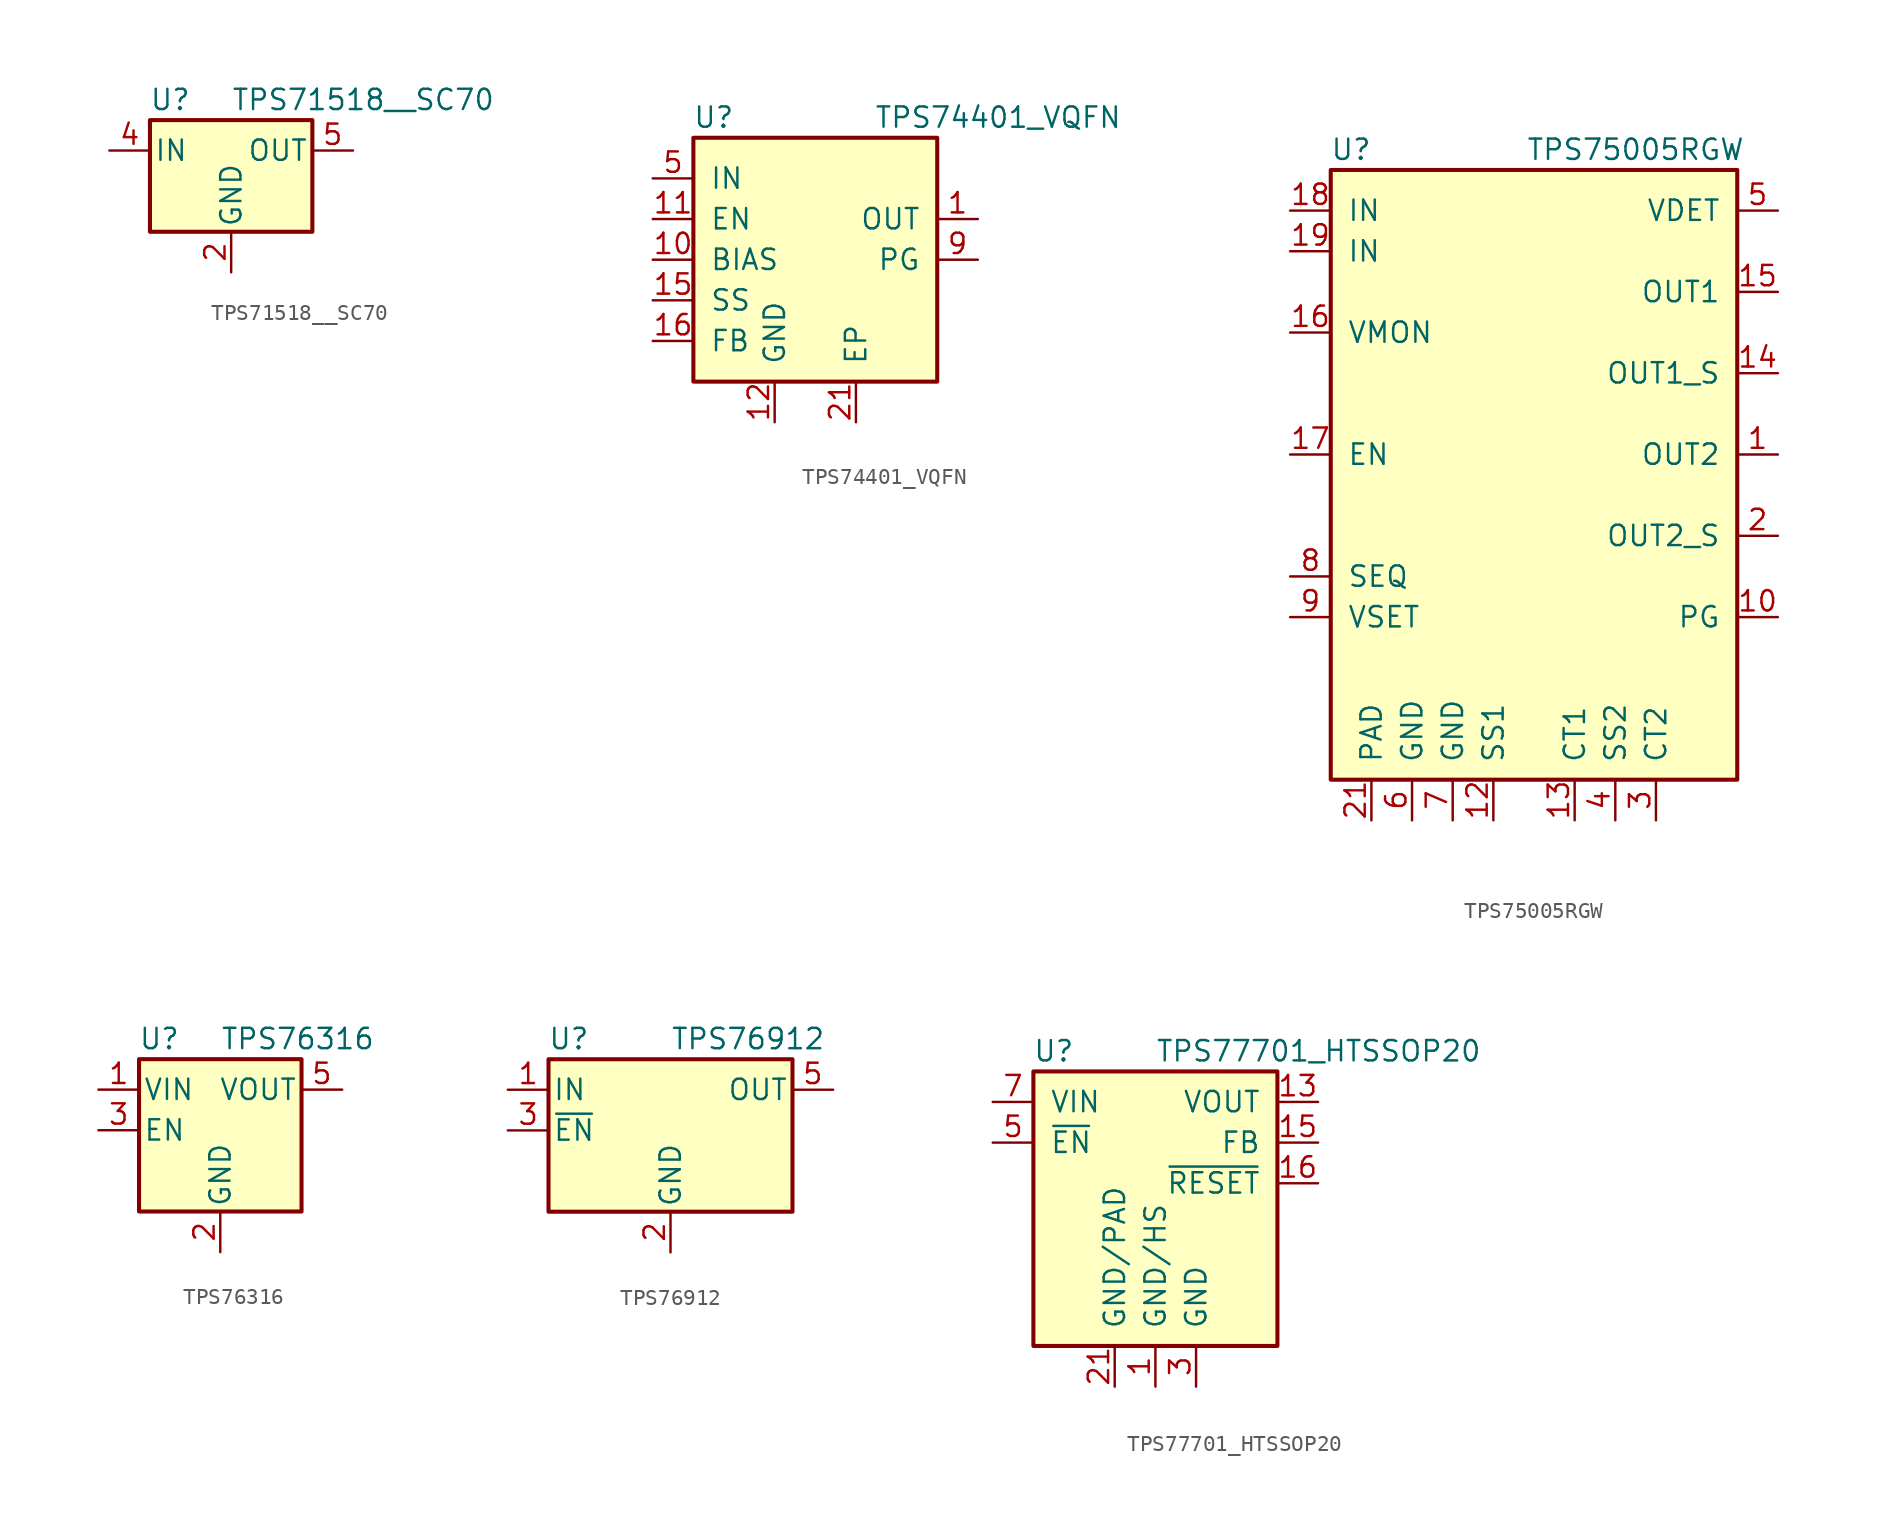
<source format=kicad_sym>
(kicad_symbol_lib
  (version 20220914)
  (generator kicad_symbol_editor)
  (symbol "TPS71518__SC70"
    (pin_names
      (offset 0.254))
    (property "Reference" "U"
      (at -3.81 3.175 0)
      (effects (font (size 1.27 1.27))))
    (property "Value" "TPS71518__SC70"
      (at 0 3.175 0)
      (effects (font (size 1.27 1.27)) (justify left)))
    (symbol "TPS71518__SC70_0_1"
      (rectangle (start -5.08 1.905) (end 5.08 -5.08) (stroke (width 0.254) (type default)) (fill (type background))))
    (symbol "TPS71518__SC70_1_1"
      (pin no_connect line (at 7.62 -2.54 180) (length 2.54) hide (name "NC" (effects (font (size 1.27 1.27)))) (number "1" (effects (font (size 1.27 1.27)))))
      (pin power_in line (at 0 -7.62 90) (length 2.54) (name "GND" (effects (font (size 1.27 1.27)))) (number "2" (effects (font (size 1.27 1.27)))))
      (pin no_connect line (at -7.62 -2.54 0) (length 2.54) hide (name "NC" (effects (font (size 1.27 1.27)))) (number "3" (effects (font (size 1.27 1.27)))))
      (pin power_in line (at -7.62 0 0) (length 2.54) (name "IN" (effects (font (size 1.27 1.27)))) (number "4" (effects (font (size 1.27 1.27)))))
      (pin power_out line (at 7.62 0 180) (length 2.54) (name "OUT" (effects (font (size 1.27 1.27)))) (number "5" (effects (font (size 1.27 1.27)))))))
  (symbol "TPS74401_VQFN"
    (pin_names
      (offset 1.016))
    (property "Reference" "U"
      (at -6.35 8.89 0)
      (effects (font (size 1.27 1.27))))
    (property "Value" "TPS74401_VQFN"
      (at 11.43 8.89 0)
      (effects (font (size 1.27 1.27))))
    (symbol "TPS74401_VQFN_0_1"
      (rectangle (start -7.62 7.62) (end 7.62 -7.62) (stroke (width 0.254) (type default)) (fill (type background))))
    (symbol "TPS74401_VQFN_1_1"
      (pin power_out line (at 10.16 2.54 180) (length 2.54) (name "OUT" (effects (font (size 1.27 1.27)))) (number "1" (effects (font (size 1.27 1.27)))))
      (pin input line (at -10.16 0 0) (length 2.54) (name "BIAS" (effects (font (size 1.27 1.27)))) (number "10" (effects (font (size 1.27 1.27)))))
      (pin input line (at -10.16 2.54 0) (length 2.54) (name "EN" (effects (font (size 1.27 1.27)))) (number "11" (effects (font (size 1.27 1.27)))))
      (pin power_in line (at -2.54 -10.16 90) (length 2.54) (name "GND" (effects (font (size 1.27 1.27)))) (number "12" (effects (font (size 1.27 1.27)))))
      (pin no_connect line (at 0 -10.16 90) (length 2.54) hide (name "NC" (effects (font (size 1.27 1.27)))) (number "13" (effects (font (size 1.27 1.27)))))
      (pin no_connect line (at 10.16 -5.08 180) (length 2.54) hide (name "NC" (effects (font (size 1.27 1.27)))) (number "14" (effects (font (size 1.27 1.27)))))
      (pin input line (at -10.16 -2.54 0) (length 2.54) (name "SS" (effects (font (size 1.27 1.27)))) (number "15" (effects (font (size 1.27 1.27)))))
      (pin input line (at -10.16 -5.08 0) (length 2.54) (name "FB" (effects (font (size 1.27 1.27)))) (number "16" (effects (font (size 1.27 1.27)))))
      (pin no_connect line (at 10.16 -2.54 180) (length 2.54) hide (name "NC" (effects (font (size 1.27 1.27)))) (number "17" (effects (font (size 1.27 1.27)))))
      (pin passive line (at 10.16 2.54 180) (length 2.54) hide (name "OUT" (effects (font (size 1.27 1.27)))) (number "18" (effects (font (size 1.27 1.27)))))
      (pin passive line (at 10.16 2.54 180) (length 2.54) hide (name "OUT" (effects (font (size 1.27 1.27)))) (number "19" (effects (font (size 1.27 1.27)))))
      (pin no_connect line (at -2.54 10.16 270) (length 2.54) hide (name "NC" (effects (font (size 1.27 1.27)))) (number "2" (effects (font (size 1.27 1.27)))))
      (pin passive line (at 10.16 2.54 180) (length 2.54) hide (name "OUT" (effects (font (size 1.27 1.27)))) (number "20" (effects (font (size 1.27 1.27)))))
      (pin power_in line (at 2.54 -10.16 90) (length 2.54) (name "EP" (effects (font (size 1.27 1.27)))) (number "21" (effects (font (size 1.27 1.27)))))
      (pin no_connect line (at 0 10.16 270) (length 2.54) hide (name "NC" (effects (font (size 1.27 1.27)))) (number "3" (effects (font (size 1.27 1.27)))))
      (pin no_connect line (at 2.54 10.16 270) (length 2.54) hide (name "NC" (effects (font (size 1.27 1.27)))) (number "4" (effects (font (size 1.27 1.27)))))
      (pin power_in line (at -10.16 5.08 0) (length 2.54) (name "IN" (effects (font (size 1.27 1.27)))) (number "5" (effects (font (size 1.27 1.27)))))
      (pin passive line (at -10.16 5.08 0) (length 2.54) hide (name "IN" (effects (font (size 1.27 1.27)))) (number "6" (effects (font (size 1.27 1.27)))))
      (pin passive line (at -10.16 5.08 0) (length 2.54) hide (name "IN" (effects (font (size 1.27 1.27)))) (number "7" (effects (font (size 1.27 1.27)))))
      (pin passive line (at -10.16 5.08 0) (length 2.54) hide (name "IN" (effects (font (size 1.27 1.27)))) (number "8" (effects (font (size 1.27 1.27)))))
      (pin output line (at 10.16 0 180) (length 2.54) (name "PG" (effects (font (size 1.27 1.27)))) (number "9" (effects (font (size 1.27 1.27)))))))
  (symbol "TPS75005RGW"
    (pin_names
      (offset 1.016))
    (property "Reference" "U"
      (at -11.43 19.05 0)
      (effects (font (size 1.27 1.27))))
    (property "Value" "TPS75005RGW"
      (at 6.35 19.05 0)
      (effects (font (size 1.27 1.27))))
    (symbol "TPS75005RGW_0_1"
      (rectangle (start -12.7 17.78) (end 12.7 -20.32) (stroke (width 0.254) (type default)) (fill (type background))))
    (symbol "TPS75005RGW_1_1"
      (pin power_out line (at 15.24 0 180) (length 2.54) (name "OUT2" (effects (font (size 1.27 1.27)))) (number "1" (effects (font (size 1.27 1.27)))))
      (pin output line (at 15.24 -10.16 180) (length 2.54) (name "PG" (effects (font (size 1.27 1.27)))) (number "10" (effects (font (size 1.27 1.27)))))
      (pin no_connect line (at -15.24 -5.08 0) (length 2.54) hide (name "TEST" (effects (font (size 1.27 1.27)))) (number "11" (effects (font (size 1.27 1.27)))))
      (pin input line (at -2.54 -22.86 90) (length 2.54) (name "SS1" (effects (font (size 1.27 1.27)))) (number "12" (effects (font (size 1.27 1.27)))))
      (pin passive line (at 2.54 -22.86 90) (length 2.54) (name "CT1" (effects (font (size 1.27 1.27)))) (number "13" (effects (font (size 1.27 1.27)))))
      (pin input line (at 15.24 5.08 180) (length 2.54) (name "OUT1_S" (effects (font (size 1.27 1.27)))) (number "14" (effects (font (size 1.27 1.27)))))
      (pin power_out line (at 15.24 10.16 180) (length 2.54) (name "OUT1" (effects (font (size 1.27 1.27)))) (number "15" (effects (font (size 1.27 1.27)))))
      (pin input line (at -15.24 7.62 0) (length 2.54) (name "VMON" (effects (font (size 1.27 1.27)))) (number "16" (effects (font (size 1.27 1.27)))))
      (pin input line (at -15.24 0 0) (length 2.54) (name "EN" (effects (font (size 1.27 1.27)))) (number "17" (effects (font (size 1.27 1.27)))))
      (pin power_in line (at -15.24 15.24 0) (length 2.54) (name "IN" (effects (font (size 1.27 1.27)))) (number "18" (effects (font (size 1.27 1.27)))))
      (pin power_in line (at -15.24 12.7 0) (length 2.54) (name "IN" (effects (font (size 1.27 1.27)))) (number "19" (effects (font (size 1.27 1.27)))))
      (pin input line (at 15.24 -5.08 180) (length 2.54) (name "OUT2_S" (effects (font (size 1.27 1.27)))) (number "2" (effects (font (size 1.27 1.27)))))
      (pin no_connect line (at -15.24 -2.54 0) (length 2.54) hide (name "NC" (effects (font (size 1.27 1.27)))) (number "20" (effects (font (size 1.27 1.27)))))
      (pin power_in line (at -10.16 -22.86 90) (length 2.54) (name "PAD" (effects (font (size 1.27 1.27)))) (number "21" (effects (font (size 1.27 1.27)))))
      (pin passive line (at 7.62 -22.86 90) (length 2.54) (name "CT2" (effects (font (size 1.27 1.27)))) (number "3" (effects (font (size 1.27 1.27)))))
      (pin input line (at 5.08 -22.86 90) (length 2.54) (name "SS2" (effects (font (size 1.27 1.27)))) (number "4" (effects (font (size 1.27 1.27)))))
      (pin output line (at 15.24 15.24 180) (length 2.54) (name "VDET" (effects (font (size 1.27 1.27)))) (number "5" (effects (font (size 1.27 1.27)))))
      (pin power_in line (at -7.62 -22.86 90) (length 2.54) (name "GND" (effects (font (size 1.27 1.27)))) (number "6" (effects (font (size 1.27 1.27)))))
      (pin power_in line (at -5.08 -22.86 90) (length 2.54) (name "GND" (effects (font (size 1.27 1.27)))) (number "7" (effects (font (size 1.27 1.27)))))
      (pin input line (at -15.24 -7.62 0) (length 2.54) (name "SEQ" (effects (font (size 1.27 1.27)))) (number "8" (effects (font (size 1.27 1.27)))))
      (pin input line (at -15.24 -10.16 0) (length 2.54) (name "VSET" (effects (font (size 1.27 1.27)))) (number "9" (effects (font (size 1.27 1.27)))))))
  (symbol "TPS76316"
    (pin_names
      (offset 0.254))
    (property "Reference" "U"
      (at -3.81 5.715 0)
      (effects (font (size 1.27 1.27))))
    (property "Value" "TPS76316"
      (at 0 5.715 0)
      (effects (font (size 1.27 1.27)) (justify left)))
    (symbol "TPS76316_0_1"
      (rectangle (start -5.08 4.445) (end 5.08 -5.08) (stroke (width 0.254) (type default)) (fill (type background))))
    (symbol "TPS76316_1_1"
      (pin power_in line (at -7.62 2.54 0) (length 2.54) (name "VIN" (effects (font (size 1.27 1.27)))) (number "1" (effects (font (size 1.27 1.27)))))
      (pin power_in line (at 0 -7.62 90) (length 2.54) (name "GND" (effects (font (size 1.27 1.27)))) (number "2" (effects (font (size 1.27 1.27)))))
      (pin input line (at -7.62 0 0) (length 2.54) (name "EN" (effects (font (size 1.27 1.27)))) (number "3" (effects (font (size 1.27 1.27)))))
      (pin no_connect line (at 7.62 0 180) (length 2.54) hide (name "NC" (effects (font (size 1.27 1.27)))) (number "4" (effects (font (size 1.27 1.27)))))
      (pin power_out line (at 7.62 2.54 180) (length 2.54) (name "VOUT" (effects (font (size 1.27 1.27)))) (number "5" (effects (font (size 1.27 1.27)))))))
  (symbol "TPS76912"
    (pin_names
      (offset 0.254))
    (property "Reference" "U"
      (at -6.35 5.715 0)
      (effects (font (size 1.27 1.27))))
    (property "Value" "TPS76912"
      (at 0 5.715 0)
      (effects (font (size 1.27 1.27)) (justify left)))
    (symbol "TPS76912_0_1"
      (rectangle (start -7.62 4.445) (end 7.62 -5.08) (stroke (width 0.254) (type default)) (fill (type background))))
    (symbol "TPS76912_1_1"
      (pin power_in line (at -10.16 2.54 0) (length 2.54) (name "IN" (effects (font (size 1.27 1.27)))) (number "1" (effects (font (size 1.27 1.27)))))
      (pin power_in line (at 0 -7.62 90) (length 2.54) (name "GND" (effects (font (size 1.27 1.27)))) (number "2" (effects (font (size 1.27 1.27)))))
      (pin input line (at -10.16 0 0) (length 2.54) (name "~{EN}" (effects (font (size 1.27 1.27)))) (number "3" (effects (font (size 1.27 1.27)))))
      (pin no_connect line (at 10.16 0 180) (length 2.54) hide (name "NC" (effects (font (size 1.27 1.27)))) (number "4" (effects (font (size 1.27 1.27)))))
      (pin power_out line (at 10.16 2.54 180) (length 2.54) (name "OUT" (effects (font (size 1.27 1.27)))) (number "5" (effects (font (size 1.27 1.27)))))))
  (symbol "TPS77701_HTSSOP20"
    (pin_names
      (offset 1.016))
    (property "Reference" "U"
      (at -6.35 5.715 0)
      (effects (font (size 1.27 1.27))))
    (property "Value" "TPS77701_HTSSOP20"
      (at 0 5.715 0)
      (effects (font (size 1.27 1.27)) (justify left)))
    (symbol "TPS77701_HTSSOP20_0_1"
      (rectangle (start -7.62 4.445) (end 7.62 -12.7) (stroke (width 0.254) (type default)) (fill (type background))))
    (symbol "TPS77701_HTSSOP20_1_1"
      (pin power_in line (at 0 -15.24 90) (length 2.54) (name "GND/HS" (effects (font (size 1.27 1.27)))) (number "1" (effects (font (size 1.27 1.27)))))
      (pin passive line (at 0 -15.24 90) (length 2.54) hide (name "GND/HS" (effects (font (size 1.27 1.27)))) (number "10" (effects (font (size 1.27 1.27)))))
      (pin passive line (at 0 -15.24 90) (length 2.54) hide (name "GND/HS" (effects (font (size 1.27 1.27)))) (number "11" (effects (font (size 1.27 1.27)))))
      (pin passive line (at 0 -15.24 90) (length 2.54) hide (name "GND/HS" (effects (font (size 1.27 1.27)))) (number "12" (effects (font (size 1.27 1.27)))))
      (pin power_out line (at 10.16 2.54 180) (length 2.54) (name "VOUT" (effects (font (size 1.27 1.27)))) (number "13" (effects (font (size 1.27 1.27)))))
      (pin passive line (at 10.16 2.54 180) (length 2.54) hide (name "VOUT" (effects (font (size 1.27 1.27)))) (number "14" (effects (font (size 1.27 1.27)))))
      (pin passive line (at 10.16 0 180) (length 2.54) (name "FB" (effects (font (size 1.27 1.27)))) (number "15" (effects (font (size 1.27 1.27)))))
      (pin open_collector line (at 10.16 -2.54 180) (length 2.54) (name "~{RESET}" (effects (font (size 1.27 1.27)))) (number "16" (effects (font (size 1.27 1.27)))))
      (pin no_connect line (at 10.16 -5.08 180) (length 2.54) hide (name "NC" (effects (font (size 1.27 1.27)))) (number "17" (effects (font (size 1.27 1.27)))))
      (pin no_connect line (at 10.16 -7.62 180) (length 2.54) hide (name "NC" (effects (font (size 1.27 1.27)))) (number "18" (effects (font (size 1.27 1.27)))))
      (pin passive line (at 0 -15.24 90) (length 2.54) hide (name "GND/HS" (effects (font (size 1.27 1.27)))) (number "19" (effects (font (size 1.27 1.27)))))
      (pin passive line (at 0 -15.24 90) (length 2.54) hide (name "GND/HS" (effects (font (size 1.27 1.27)))) (number "2" (effects (font (size 1.27 1.27)))))
      (pin passive line (at 0 -15.24 90) (length 2.54) hide (name "GND/HS" (effects (font (size 1.27 1.27)))) (number "20" (effects (font (size 1.27 1.27)))))
      (pin power_in line (at -2.54 -15.24 90) (length 2.54) (name "GND/PAD" (effects (font (size 1.27 1.27)))) (number "21" (effects (font (size 1.27 1.27)))))
      (pin power_in line (at 2.54 -15.24 90) (length 2.54) (name "GND" (effects (font (size 1.27 1.27)))) (number "3" (effects (font (size 1.27 1.27)))))
      (pin no_connect line (at -10.16 -2.54 0) (length 2.54) hide (name "NC" (effects (font (size 1.27 1.27)))) (number "4" (effects (font (size 1.27 1.27)))))
      (pin input line (at -10.16 0 0) (length 2.54) (name "~{EN}" (effects (font (size 1.27 1.27)))) (number "5" (effects (font (size 1.27 1.27)))))
      (pin passive line (at -10.16 2.54 0) (length 2.54) hide (name "VIN" (effects (font (size 1.27 1.27)))) (number "6" (effects (font (size 1.27 1.27)))))
      (pin power_in line (at -10.16 2.54 0) (length 2.54) (name "VIN" (effects (font (size 1.27 1.27)))) (number "7" (effects (font (size 1.27 1.27)))))
      (pin no_connect line (at -10.16 -5.08 0) (length 2.54) hide (name "NC" (effects (font (size 1.27 1.27)))) (number "8" (effects (font (size 1.27 1.27)))))
      (pin passive line (at 0 -15.24 90) (length 2.54) hide (name "GND/HS" (effects (font (size 1.27 1.27)))) (number "9" (effects (font (size 1.27 1.27))))))))
</source>
